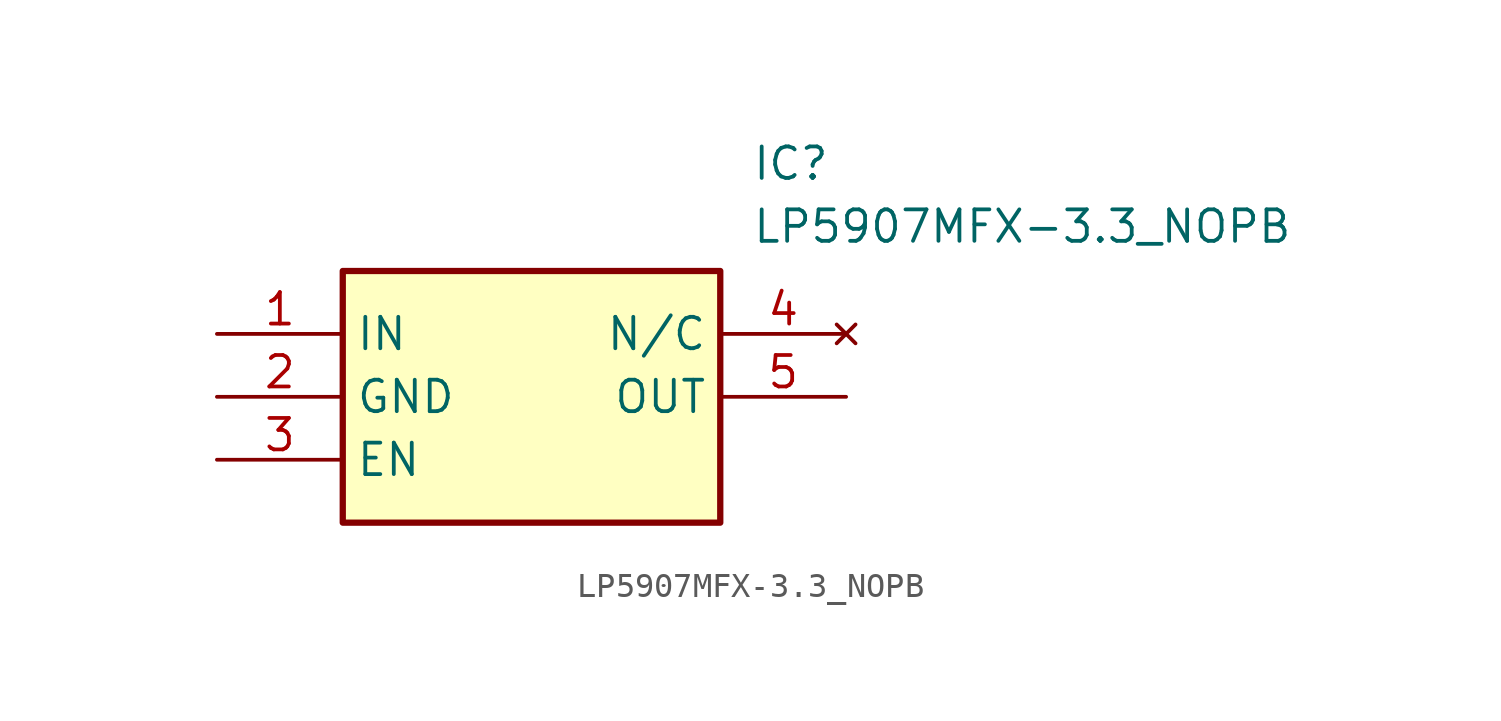
<source format=kicad_sym>
(kicad_symbol_lib
  (version 20211014)
  (generator SamacSys_ECAD_Model)
  (symbol "LP5907MFX-3.3_NOPB"
    (property "Reference" "IC"
      (at 21.59 7.62 0)
      (effects (font (size 1.27 1.27)) (justify left top)))
    (property "Value" "LP5907MFX-3.3_NOPB"
      (at 21.59 5.08 0)
      (effects (font (size 1.27 1.27)) (justify left top)))
    (rectangle
      (start 5.08 2.54)
      (end 20.32 -7.62)
      (stroke (width 0.254) (type default))
      (fill (type background)))
    (pin passive line
      (at 0 0 0)
      (length 5.08)
      (name "IN" (effects (font (size 1.27 1.27))))
      (number "1" (effects (font (size 1.27 1.27)))))
    (pin passive line
      (at 0 -2.54 0)
      (length 5.08)
      (name "GND" (effects (font (size 1.27 1.27))))
      (number "2" (effects (font (size 1.27 1.27)))))
    (pin passive line
      (at 0 -5.08 0)
      (length 5.08)
      (name "EN" (effects (font (size 1.27 1.27))))
      (number "3" (effects (font (size 1.27 1.27)))))
    (pin no_connect line
      (at 25.4 0 180)
      (length 5.08)
      (name "N/C" (effects (font (size 1.27 1.27))))
      (number "4" (effects (font (size 1.27 1.27)))))
    (pin passive line
      (at 25.4 -2.54 180)
      (length 5.08)
      (name "OUT" (effects (font (size 1.27 1.27))))
      (number "5" (effects (font (size 1.27 1.27)))))))
</source>
